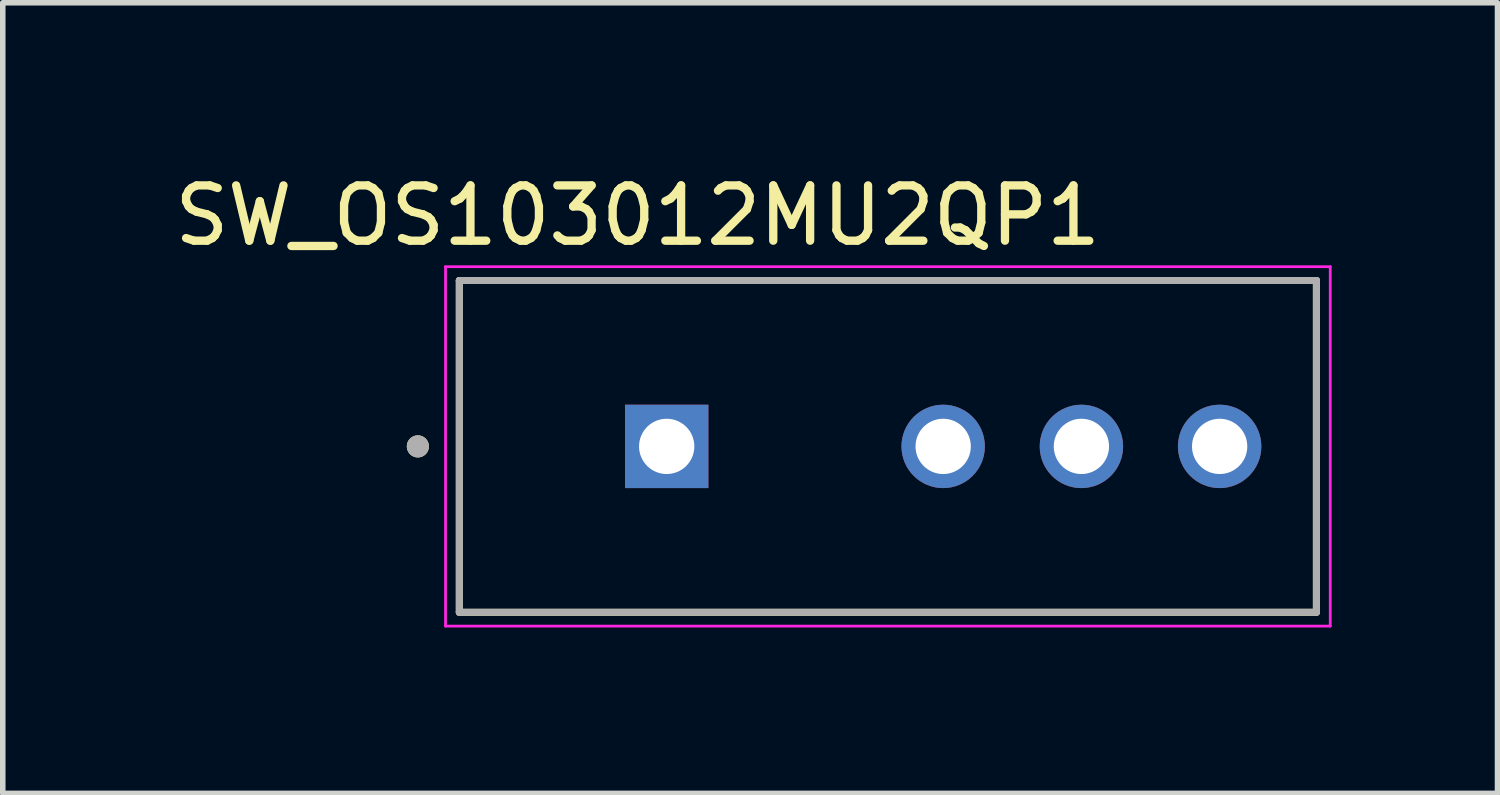
<source format=kicad_pcb>
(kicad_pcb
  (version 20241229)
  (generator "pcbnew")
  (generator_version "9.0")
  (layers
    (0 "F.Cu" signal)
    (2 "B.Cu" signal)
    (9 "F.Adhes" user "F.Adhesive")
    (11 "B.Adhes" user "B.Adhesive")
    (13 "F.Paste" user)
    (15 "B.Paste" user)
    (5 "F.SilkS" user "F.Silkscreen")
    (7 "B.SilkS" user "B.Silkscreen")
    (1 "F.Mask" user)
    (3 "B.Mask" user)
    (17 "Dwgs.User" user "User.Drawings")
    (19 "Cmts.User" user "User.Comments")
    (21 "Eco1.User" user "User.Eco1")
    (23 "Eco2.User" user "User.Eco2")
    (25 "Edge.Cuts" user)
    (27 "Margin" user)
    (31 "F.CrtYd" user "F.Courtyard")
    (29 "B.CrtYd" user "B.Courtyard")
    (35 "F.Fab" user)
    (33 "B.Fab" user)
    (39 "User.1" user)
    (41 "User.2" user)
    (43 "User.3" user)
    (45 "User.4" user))
  (footprint "SW_OS103012MU2QP1"
    (layer "F.Cu")
    (at 14.007 5.023)
    (property "Reference" "SW_OS103012MU2QP1" (at -5.525 -4.175 0) (layer "F.SilkS") (effects (font (size 1 1) (thickness 0.15))))
    (attr through_hole)
    (fp_line (start -8.75 -3) (end 6.75 -3) (stroke (width 0.127) (type solid)) (layer "F.SilkS"))
    (fp_line (start -8.75 3) (end -8.75 -3) (stroke (width 0.127) (type solid)) (layer "F.SilkS"))
    (fp_line (start 6.75 -3) (end 6.75 3) (stroke (width 0.127) (type solid)) (layer "F.SilkS"))
    (fp_line (start 6.75 3) (end -8.75 3) (stroke (width 0.127) (type solid)) (layer "F.SilkS"))
    (fp_circle (center -9.5 0) (end -9.4 0) (stroke (width 0.2) (type solid)) (fill no) (layer "F.SilkS"))
    (fp_line (start -9 -3.25) (end 7 -3.25) (stroke (width 0.05) (type solid)) (layer "F.CrtYd"))
    (fp_line (start -9 3.25) (end -9 -3.25) (stroke (width 0.05) (type solid)) (layer "F.CrtYd"))
    (fp_line (start 7 -3.25) (end 7 3.25) (stroke (width 0.05) (type solid)) (layer "F.CrtYd"))
    (fp_line (start 7 3.25) (end -9 3.25) (stroke (width 0.05) (type solid)) (layer "F.CrtYd"))
    (fp_line (start -8.75 -3) (end 6.75 -3) (stroke (width 0.127) (type solid)) (layer "F.Fab"))
    (fp_line (start -8.75 3) (end -8.75 -3) (stroke (width 0.127) (type solid)) (layer "F.Fab"))
    (fp_line (start 6.75 -3) (end 6.75 3) (stroke (width 0.127) (type solid)) (layer "F.Fab"))
    (fp_line (start 6.75 3) (end -8.75 3) (stroke (width 0.127) (type solid)) (layer "F.Fab"))
    (fp_circle (center -9.5 0) (end -9.4 0) (stroke (width 0.2) (type solid)) (fill no) (layer "F.Fab"))
    (pad "1" thru_hole rect (at -5 0) (size 1.508 1.508) (drill 1) (layers "*.Cu" "*.Mask"))
    (pad "2" thru_hole circle (at 0 0) (size 1.508 1.508) (drill 1) (layers "*.Cu" "*.Mask"))
    (pad "3" thru_hole circle (at 2.5 0) (size 1.508 1.508) (drill 1) (layers "*.Cu" "*.Mask"))
    (pad "4" thru_hole circle (at 5 0) (size 1.508 1.508) (drill 1) (layers "*.Cu" "*.Mask")))
  (gr_rect
    (start -3 -3)
    (end 24.032 11.298)
    (stroke (width 0.1) (type default))
    (fill no)
    (layer "Edge.Cuts")))
</source>
